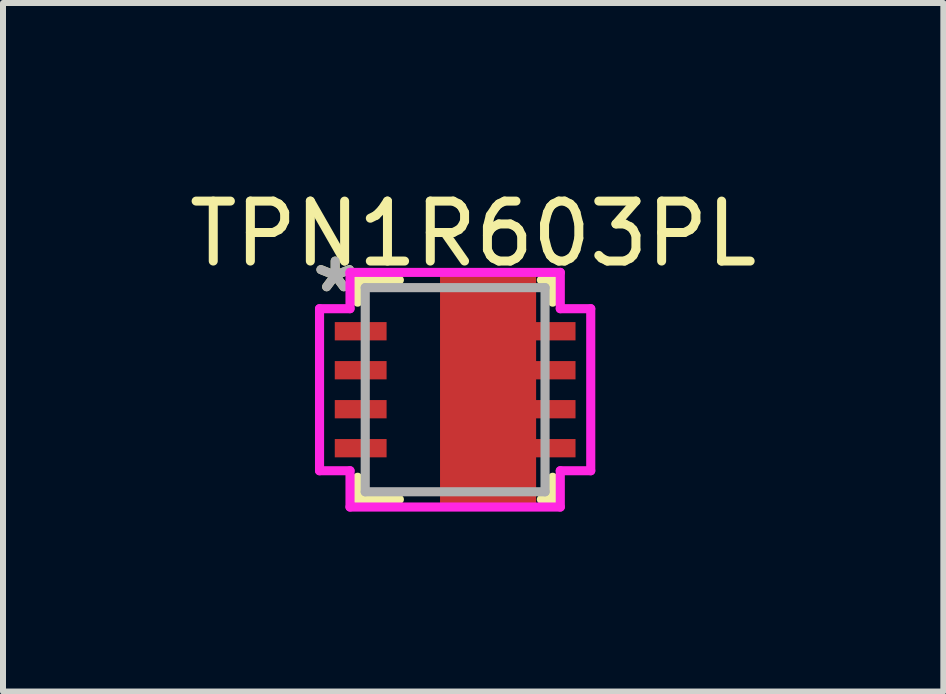
<source format=kicad_pcb>
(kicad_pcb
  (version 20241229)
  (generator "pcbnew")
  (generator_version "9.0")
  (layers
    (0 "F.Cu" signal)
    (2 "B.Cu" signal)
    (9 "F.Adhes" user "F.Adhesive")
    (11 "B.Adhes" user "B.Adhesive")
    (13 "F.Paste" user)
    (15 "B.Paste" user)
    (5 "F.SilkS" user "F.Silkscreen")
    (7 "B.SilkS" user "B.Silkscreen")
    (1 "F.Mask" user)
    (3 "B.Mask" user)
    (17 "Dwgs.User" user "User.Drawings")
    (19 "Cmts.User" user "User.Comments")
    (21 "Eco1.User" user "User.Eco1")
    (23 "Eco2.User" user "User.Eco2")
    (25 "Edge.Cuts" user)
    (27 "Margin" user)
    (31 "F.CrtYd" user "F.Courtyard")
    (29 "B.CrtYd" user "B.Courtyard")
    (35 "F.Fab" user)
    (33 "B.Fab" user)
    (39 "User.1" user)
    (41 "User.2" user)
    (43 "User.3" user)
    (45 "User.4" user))
  (footprint "TPN1R603PL"
    (layer "F.Cu")
    (at 4.539 3.448)
    (property "Reference" "TPN1R603PL" (at 0.3 -2.6 0) (layer "F.SilkS") (effects (font (size 1 1) (thickness 0.15))))
    (attr through_hole)
    (fp_poly (pts (xy 1.3 1.9) (xy -0.2 1.9) (xy -0.2 -1.9) (xy 1.3 -1.9)) (stroke (width 0.1) (type solid)) (fill yes) (layer "F.Cu"))
    (fp_poly (pts (xy 0.1 -1.2) (xy 1.2 -1.2) (xy 1.2 1.2) (xy 0.1 1.2) (xy 0.1 1.9) (xy -0.2 1.9) (xy -0.2 -1.9) (xy 0.1 -1.9)) (stroke (width 0.1) (type solid)) (fill yes) (layer "F.Cu"))
    (fp_poly (pts (xy 0.1 -1.2) (xy 1.2 -1.2) (xy 1.2 1.2) (xy 0.1 1.2) (xy 0.1 1.9) (xy -0.2 1.9) (xy -0.2 -1.9) (xy 0.1 -1.9)) (stroke (width 0.1) (type solid)) (fill yes) (layer "F.Mask"))
    (fp_line (start -1.626 -1.829) (end -1.626 -1.46) (stroke (width 0.152) (type solid)) (layer "F.SilkS"))
    (fp_line (start -1.626 1.46) (end -1.626 1.829) (stroke (width 0.152) (type solid)) (layer "F.SilkS"))
    (fp_line (start -1.626 1.829) (end -0.93 1.829) (stroke (width 0.152) (type solid)) (layer "F.SilkS"))
    (fp_line (start -0.93 -1.829) (end -1.626 -1.829) (stroke (width 0.152) (type solid)) (layer "F.SilkS"))
    (fp_line (start 1.438 1.829) (end 1.626 1.829) (stroke (width 0.152) (type solid)) (layer "F.SilkS"))
    (fp_line (start 1.626 -1.829) (end 1.438 -1.829) (stroke (width 0.152) (type solid)) (layer "F.SilkS"))
    (fp_line (start 1.626 -1.46) (end 1.626 -1.829) (stroke (width 0.152) (type solid)) (layer "F.SilkS"))
    (fp_line (start 1.626 1.829) (end 1.626 1.46) (stroke (width 0.152) (type solid)) (layer "F.SilkS"))
    (fp_poly (pts (xy 0.1 -1.2) (xy 1.2 -1.2) (xy 1.2 1.2) (xy 0.1 1.2) (xy 0.1 1.9) (xy -0.2 1.9) (xy -0.2 -1.9) (xy 0.1 -1.9)) (stroke (width 0.1) (type solid)) (fill yes) (layer "F.Paste"))
    (fp_line (start -2.261 -1.351) (end -1.753 -1.351) (stroke (width 0.152) (type solid)) (layer "F.CrtYd"))
    (fp_line (start -2.261 1.351) (end -2.261 -1.351) (stroke (width 0.152) (type solid)) (layer "F.CrtYd"))
    (fp_line (start -1.753 -1.956) (end 1.753 -1.956) (stroke (width 0.152) (type solid)) (layer "F.CrtYd"))
    (fp_line (start -1.753 -1.351) (end -1.753 -1.956) (stroke (width 0.152) (type solid)) (layer "F.CrtYd"))
    (fp_line (start -1.753 1.351) (end -2.261 1.351) (stroke (width 0.152) (type solid)) (layer "F.CrtYd"))
    (fp_line (start -1.753 1.956) (end -1.753 1.351) (stroke (width 0.152) (type solid)) (layer "F.CrtYd"))
    (fp_line (start 1.753 -1.956) (end 1.753 -1.351) (stroke (width 0.152) (type solid)) (layer "F.CrtYd"))
    (fp_line (start 1.753 -1.351) (end 2.261 -1.351) (stroke (width 0.152) (type solid)) (layer "F.CrtYd"))
    (fp_line (start 1.753 1.351) (end 1.753 1.956) (stroke (width 0.152) (type solid)) (layer "F.CrtYd"))
    (fp_line (start 1.753 1.956) (end -1.753 1.956) (stroke (width 0.152) (type solid)) (layer "F.CrtYd"))
    (fp_line (start 2.261 -1.351) (end 2.261 1.351) (stroke (width 0.152) (type solid)) (layer "F.CrtYd"))
    (fp_line (start 2.261 1.351) (end 1.753 1.351) (stroke (width 0.152) (type solid)) (layer "F.CrtYd"))
    (fp_line (start -1.499 -1.702) (end -1.499 1.702) (stroke (width 0.152) (type solid)) (layer "F.Fab"))
    (fp_line (start -1.499 1.702) (end 1.499 1.702) (stroke (width 0.152) (type solid)) (layer "F.Fab"))
    (fp_line (start 1.499 -1.702) (end -1.499 -1.702) (stroke (width 0.152) (type solid)) (layer "F.Fab"))
    (fp_line (start 1.499 1.702) (end 1.499 -1.702) (stroke (width 0.152) (type solid)) (layer "F.Fab"))
    (fp_text user "*" (at -2 -1.6 0) (layer "F.SilkS") (effects (font (size 1 1) (thickness 0.15))))
    (fp_text user "*" (at -2 -1.6 0) (layer "F.Fab") (effects (font (size 1 1) (thickness 0.15))))
    (pad "1" smd rect (at -1.575 -0.975) (size 0.864 0.305) (layers "F.Cu" "F.Mask" "F.Paste"))
    (pad "2" smd rect (at -1.575 -0.325) (size 0.864 0.305) (layers "F.Cu" "F.Mask" "F.Paste"))
    (pad "3" smd rect (at -1.575 0.325) (size 0.864 0.305) (layers "F.Cu" "F.Mask" "F.Paste"))
    (pad "4" smd rect (at -1.575 0.975) (size 0.864 0.305) (layers "F.Cu" "F.Mask" "F.Paste"))
    (pad "5" smd rect (at 1.575 0.975) (size 0.864 0.305) (layers "F.Cu" "F.Mask" "F.Paste"))
    (pad "6" smd rect (at 1.575 0.325) (size 0.864 0.305) (layers "F.Cu" "F.Mask" "F.Paste"))
    (pad "7" smd rect (at 1.575 -0.325) (size 0.864 0.305) (layers "F.Cu" "F.Mask" "F.Paste"))
    (pad "8" smd rect (at 1.575 -0.975) (size 0.864 0.305) (layers "F.Cu" "F.Mask" "F.Paste")))
  (gr_rect
    (start -3 -3)
    (end 12.679 8.48)
    (stroke (width 0.1) (type default))
    (fill no)
    (layer "Edge.Cuts")))
</source>
